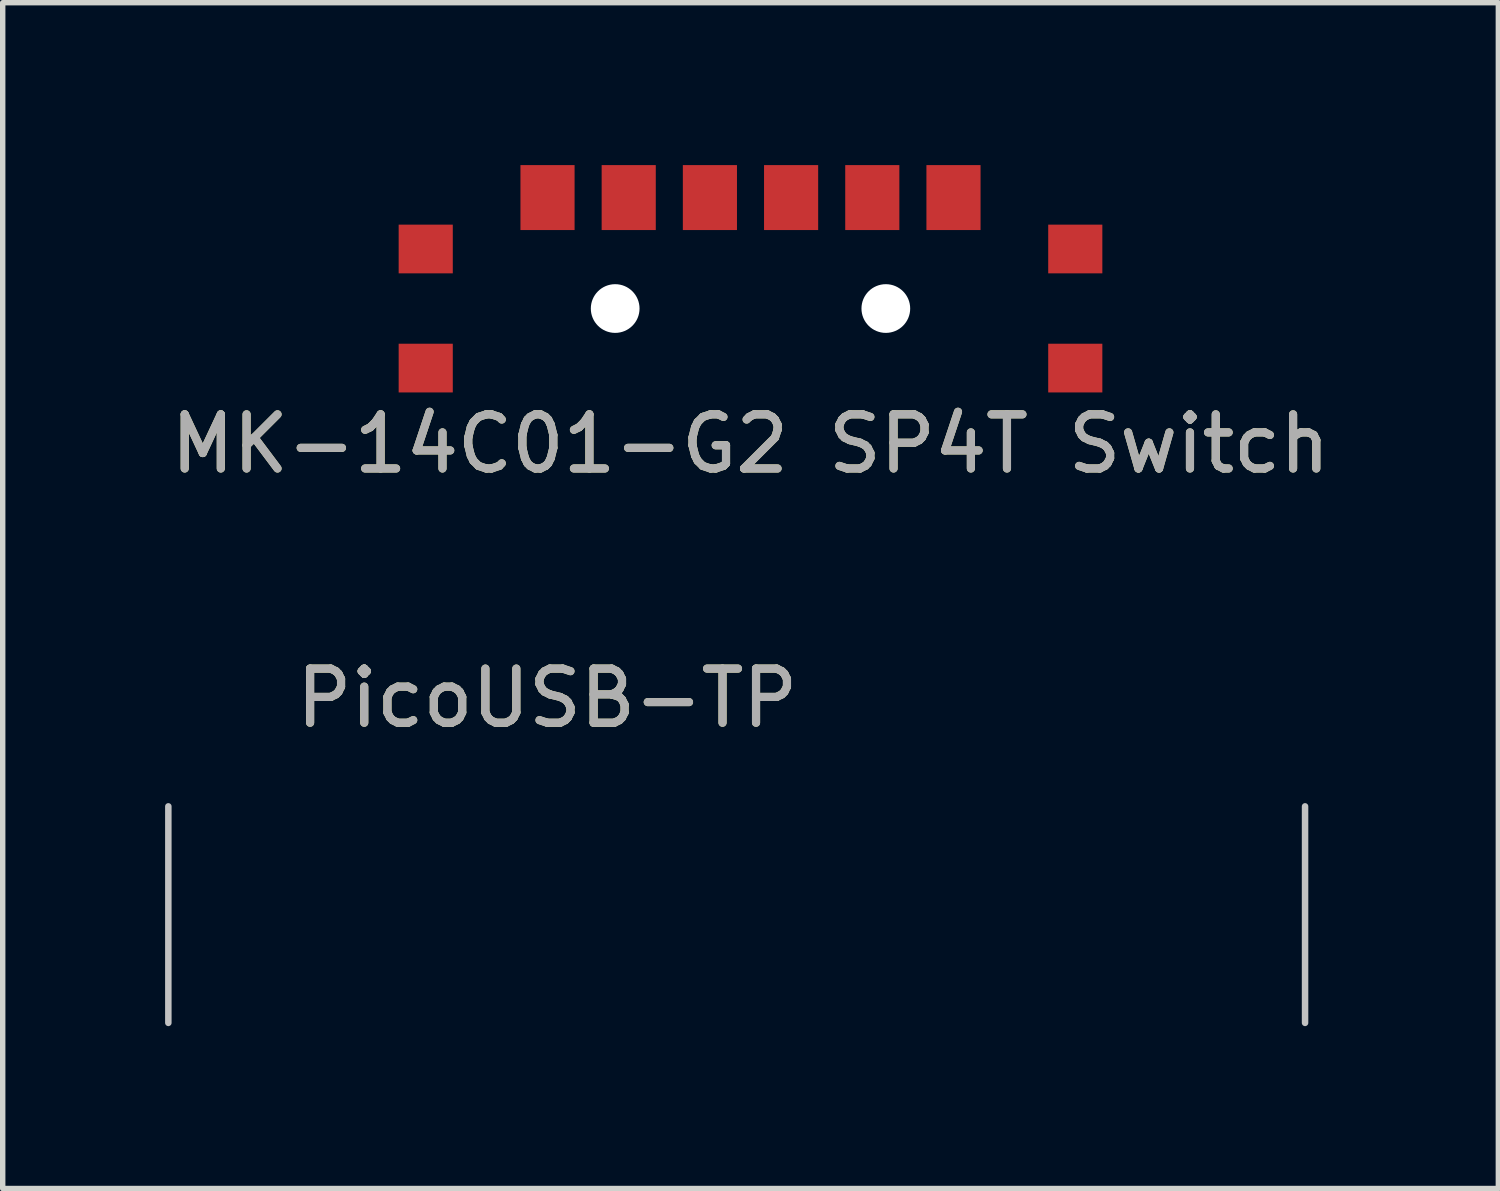
<source format=kicad_pcb>
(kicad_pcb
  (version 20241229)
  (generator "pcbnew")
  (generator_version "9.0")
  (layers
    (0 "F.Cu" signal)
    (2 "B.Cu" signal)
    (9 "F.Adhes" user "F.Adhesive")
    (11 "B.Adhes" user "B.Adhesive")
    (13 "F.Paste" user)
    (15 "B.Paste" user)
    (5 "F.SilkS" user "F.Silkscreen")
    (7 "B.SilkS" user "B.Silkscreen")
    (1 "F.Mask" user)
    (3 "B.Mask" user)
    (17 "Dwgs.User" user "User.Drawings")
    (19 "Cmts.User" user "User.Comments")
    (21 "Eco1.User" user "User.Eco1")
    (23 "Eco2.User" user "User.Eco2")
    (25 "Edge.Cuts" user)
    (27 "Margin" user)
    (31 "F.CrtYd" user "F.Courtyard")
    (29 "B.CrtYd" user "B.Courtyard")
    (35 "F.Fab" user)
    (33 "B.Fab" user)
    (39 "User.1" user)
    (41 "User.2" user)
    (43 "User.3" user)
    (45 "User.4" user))
  (footprint "PicoUSB-TP"
    (layer "F.Cu")
    (at 10.56 13.847)
    (property "Reference" "PicoUSB-TP" (at -3.5 -4 0) (unlocked yes) (layer "F.SilkS") (effects (font (size 1 1) (thickness 0.15))))
    (attr smd)
    (fp_line (start -10.5 -2) (end -10.5 2) (stroke (width 0.12) (type default)) (layer "Dwgs.User"))
    (fp_line (start 10.5 -2) (end 10.5 2) (stroke (width 0.12) (type default)) (layer "Dwgs.User"))
    (fp_text user "${REFERENCE}" (at -3.5 -4 0) (unlocked yes) (layer "F.Fab") (effects (font (size 1 1) (thickness 0.15)))))
  (footprint "MK-14C01-G2 SP4T Switch"
    (layer "F.Cu")
    (at 10.815 2.65)
    (property "Reference" "MK-14C01-G2 SP4T Switch" (at 0 2.5 0) (unlocked yes) (layer "F.SilkS") (effects (font (size 1 1) (thickness 0.15))))
    (attr smd)
    (fp_text user "${REFERENCE}" (at 0 2.5 0) (unlocked yes) (layer "F.Fab") (effects (font (size 1 1) (thickness 0.15))))
    (pad "" smd rect (at -6 -1.1) (size 1 0.9) (layers "F.Cu" "F.Mask" "F.Paste"))
    (pad "" smd rect (at -6 1.1) (size 1 0.9) (layers "F.Cu" "F.Mask" "F.Paste"))
    (pad "" np_thru_hole circle (at -2.5 0) (size 0.9 0.9) (drill 0.9) (layers "*.Cu" "*.Mask"))
    (pad "" np_thru_hole circle (at 2.5 0) (size 0.9 0.9) (drill 0.9) (layers "*.Cu" "*.Mask"))
    (pad "" smd rect (at 6 -1.1) (size 1 0.9) (layers "F.Cu" "F.Mask" "F.Paste"))
    (pad "" smd rect (at 6 1.1) (size 1 0.9) (layers "F.Cu" "F.Mask" "F.Paste"))
    (pad "1" smd rect (at -3.75 -2.05) (size 1 1.2) (layers "F.Cu" "F.Mask" "F.Paste"))
    (pad "2" smd rect (at -2.25 -2.05) (size 1 1.2) (layers "F.Cu" "F.Mask" "F.Paste"))
    (pad "3" smd rect (at -0.75 -2.05) (size 1 1.2) (layers "F.Cu" "F.Mask" "F.Paste"))
    (pad "4" smd rect (at 0.75 -2.05) (size 1 1.2) (layers "F.Cu" "F.Mask" "F.Paste"))
    (pad "5" smd rect (at 2.25 -2.05) (size 1 1.2) (layers "F.Cu" "F.Mask" "F.Paste"))
    (pad "6" smd rect (at 3.75 -2.05) (size 1 1.2) (layers "F.Cu" "F.Mask" "F.Paste")))
  (gr_rect
    (start -3 -3)
    (end 24.631 18.907)
    (stroke (width 0.1) (type default))
    (fill no)
    (layer "Edge.Cuts")))
</source>
